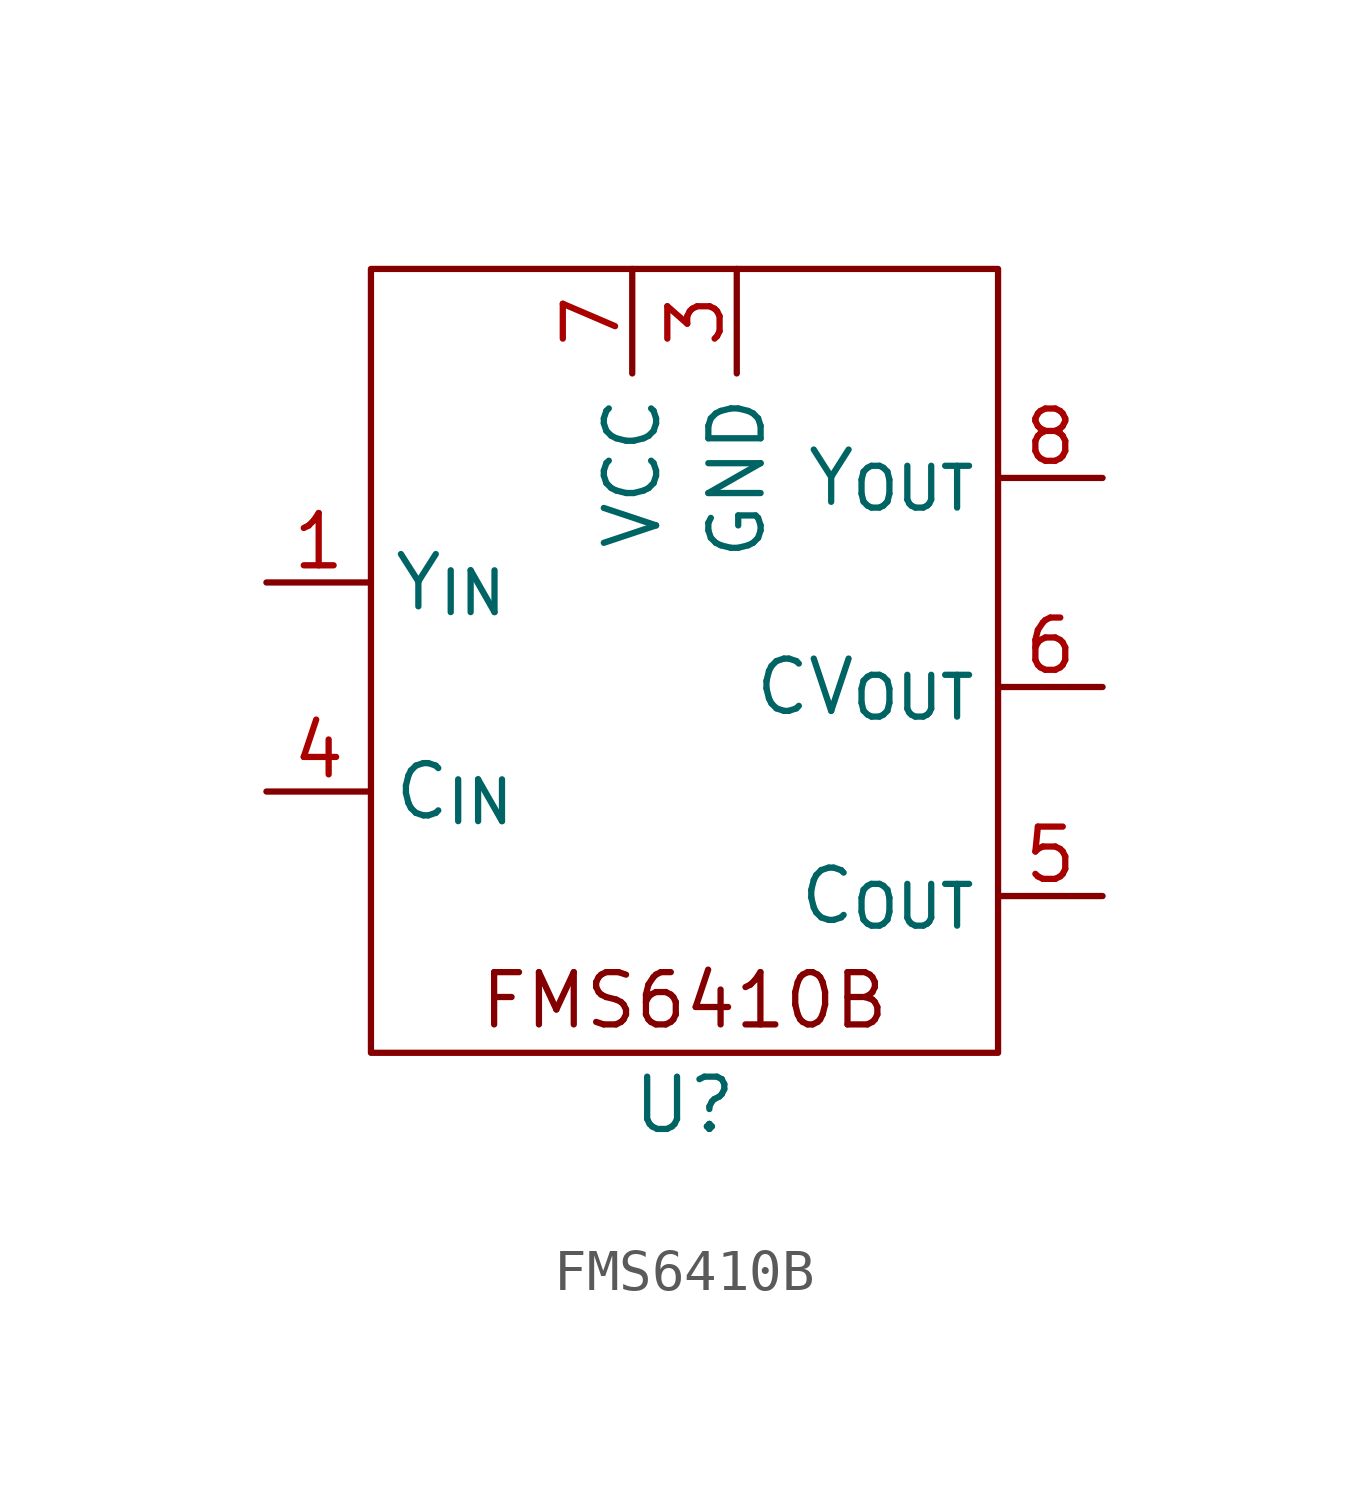
<source format=kicad_sym>
(kicad_symbol_lib
  (version 20231120)
  (generator "kicad_symbol_editor")
  (generator_version "8.0")
  (symbol "FMS6410B"
    (property "Reference" "U"
      (at 0 -10.16 0)
      (effects (font (size 1.27 1.27))))
    (property "Value" ""
      (at 0 0 0)
      (effects (font (size 1.27 1.27))))
    (symbol "FMS6410B_0_1"
      (rectangle (start -7.62 10.16) (end 7.62 -8.89) (stroke (width 0) (type default)) (fill (type none))))
    (symbol "FMS6410B_1_1"
      (text "FMS6410B" (at 0 -7.62 0) (effects (font (size 1.27 1.27))))
      (pin input line (at -10.16 2.54 0) (length 2.54) (name "Y_{IN}" (effects (font (size 1.27 1.27)))) (number "1" (effects (font (size 1.27 1.27)))))
      (pin power_in line (at 1.27 10.16 270) (length 2.54) (name "GND" (effects (font (size 1.27 1.27)))) (number "3" (effects (font (size 1.27 1.27)))))
      (pin input line (at -10.16 -2.54 0) (length 2.54) (name "C_{IN}" (effects (font (size 1.27 1.27)))) (number "4" (effects (font (size 1.27 1.27)))))
      (pin output line (at 10.16 -5.08 180) (length 2.54) (name "C_{OUT}" (effects (font (size 1.27 1.27)))) (number "5" (effects (font (size 1.27 1.27)))))
      (pin output line (at 10.16 0 180) (length 2.54) (name "CV_{OUT}" (effects (font (size 1.27 1.27)))) (number "6" (effects (font (size 1.27 1.27)))))
      (pin power_in line (at -1.27 10.16 270) (length 2.54) (name "VCC" (effects (font (size 1.27 1.27)))) (number "7" (effects (font (size 1.27 1.27)))))
      (pin output line (at 10.16 5.08 180) (length 2.54) (name "Y_{OUT}" (effects (font (size 1.27 1.27)))) (number "8" (effects (font (size 1.27 1.27))))))))
</source>
